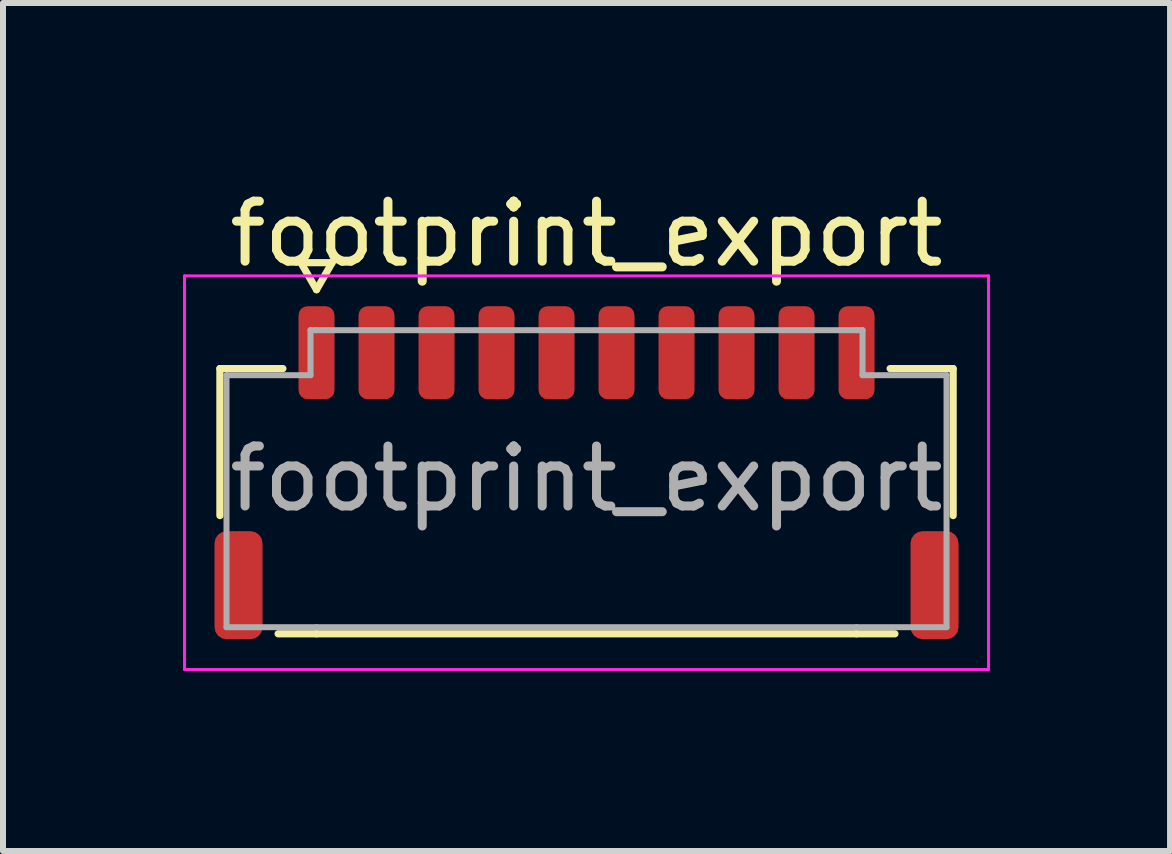
<source format=kicad_pcb>
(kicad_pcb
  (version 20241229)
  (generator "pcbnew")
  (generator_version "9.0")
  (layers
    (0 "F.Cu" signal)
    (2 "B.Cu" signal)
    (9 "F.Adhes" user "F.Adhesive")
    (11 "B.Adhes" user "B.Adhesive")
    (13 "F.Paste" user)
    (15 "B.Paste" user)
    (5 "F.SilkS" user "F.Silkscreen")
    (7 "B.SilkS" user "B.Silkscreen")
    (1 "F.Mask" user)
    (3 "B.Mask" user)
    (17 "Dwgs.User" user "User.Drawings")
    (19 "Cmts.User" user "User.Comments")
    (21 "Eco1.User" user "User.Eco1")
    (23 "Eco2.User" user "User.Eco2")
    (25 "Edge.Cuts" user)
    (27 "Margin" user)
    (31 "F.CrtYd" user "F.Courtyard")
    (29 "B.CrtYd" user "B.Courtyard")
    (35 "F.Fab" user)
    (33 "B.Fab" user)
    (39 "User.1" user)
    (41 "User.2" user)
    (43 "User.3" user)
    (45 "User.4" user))
  (footprint "footprint_export"
    (layer "F.Cu")
    (at 6.725 4.928)
    (property "Reference" "footprint_export" (at 0 -4.08 0) (layer "F.SilkS") (effects (font (size 1 1) (thickness 0.15))))
    (attr smd)
    (fp_line (start -6.11 -1.835) (end -5.06 -1.835) (stroke (width 0.12) (type solid)) (layer "F.SilkS"))
    (fp_line (start -6.11 0.615) (end -6.11 -1.835) (stroke (width 0.12) (type solid)) (layer "F.SilkS"))
    (fp_line (start -4.76 -3.6) (end -4.5 -3.15) (stroke (width 0.12) (type solid)) (layer "F.SilkS"))
    (fp_line (start -4.5 -3.15) (end -4.24 -3.6) (stroke (width 0.12) (type solid)) (layer "F.SilkS"))
    (fp_line (start -4.5 2.585) (end -5.14 2.585) (stroke (width 0.12) (type solid)) (layer "F.SilkS"))
    (fp_line (start -4.24 -3.6) (end -4.76 -3.6) (stroke (width 0.12) (type solid)) (layer "F.SilkS"))
    (fp_line (start 4.5 2.585) (end -4.5 2.585) (stroke (width 0.12) (type solid)) (layer "F.SilkS"))
    (fp_line (start 5.06 -1.835) (end 6.11 -1.835) (stroke (width 0.12) (type solid)) (layer "F.SilkS"))
    (fp_line (start 5.14 2.585) (end 4.5 2.585) (stroke (width 0.12) (type solid)) (layer "F.SilkS"))
    (fp_line (start 6.11 -1.835) (end 6.11 0.615) (stroke (width 0.12) (type solid)) (layer "F.SilkS"))
    (fp_line (start -6.7 -3.38) (end -6.7 3.18) (stroke (width 0.05) (type solid)) (layer "F.CrtYd"))
    (fp_line (start -6.7 3.18) (end 6.7 3.18) (stroke (width 0.05) (type solid)) (layer "F.CrtYd"))
    (fp_line (start 6.7 -3.38) (end -6.7 -3.38) (stroke (width 0.05) (type solid)) (layer "F.CrtYd"))
    (fp_line (start 6.7 3.18) (end 6.7 -3.38) (stroke (width 0.05) (type solid)) (layer "F.CrtYd"))
    (fp_line (start -6 -1.725) (end -4.6 -1.725) (stroke (width 0.1) (type solid)) (layer "F.Fab"))
    (fp_line (start -6 2.475) (end -6 -1.725) (stroke (width 0.1) (type solid)) (layer "F.Fab"))
    (fp_line (start -4.6 -2.475) (end -4.5 -2.475) (stroke (width 0.1) (type solid)) (layer "F.Fab"))
    (fp_line (start -4.6 -1.725) (end -4.6 -2.475) (stroke (width 0.1) (type solid)) (layer "F.Fab"))
    (fp_line (start -4.5 -2.475) (end 4.5 -2.475) (stroke (width 0.1) (type solid)) (layer "F.Fab"))
    (fp_line (start -4.5 2.475) (end -6 2.475) (stroke (width 0.1) (type solid)) (layer "F.Fab"))
    (fp_line (start 4.5 -2.475) (end 4.6 -2.475) (stroke (width 0.1) (type solid)) (layer "F.Fab"))
    (fp_line (start 4.5 2.475) (end -4.5 2.475) (stroke (width 0.1) (type solid)) (layer "F.Fab"))
    (fp_line (start 4.6 -2.475) (end 4.6 -1.725) (stroke (width 0.1) (type solid)) (layer "F.Fab"))
    (fp_line (start 4.6 -1.725) (end 6 -1.725) (stroke (width 0.1) (type solid)) (layer "F.Fab"))
    (fp_line (start 6 -1.725) (end 6 2.475) (stroke (width 0.1) (type solid)) (layer "F.Fab"))
    (fp_line (start 6 2.475) (end 4.5 2.475) (stroke (width 0.1) (type solid)) (layer "F.Fab"))
    (fp_text user "${REFERENCE}" (at 0 0 0) (layer "F.Fab") (effects (font (size 1 1) (thickness 0.15))))
    (pad "1" smd roundrect (at -4.5 -2.1) (size 0.6 1.55) (layers "F.Cu" "F.Mask" "F.Paste") (roundrect_rratio 0.25))
    (pad "2" smd roundrect (at -3.5 -2.1) (size 0.6 1.55) (layers "F.Cu" "F.Mask" "F.Paste") (roundrect_rratio 0.25))
    (pad "3" smd roundrect (at -2.5 -2.1) (size 0.6 1.55) (layers "F.Cu" "F.Mask" "F.Paste") (roundrect_rratio 0.25))
    (pad "4" smd roundrect (at -1.5 -2.1) (size 0.6 1.55) (layers "F.Cu" "F.Mask" "F.Paste") (roundrect_rratio 0.25))
    (pad "5" smd roundrect (at -0.5 -2.1) (size 0.6 1.55) (layers "F.Cu" "F.Mask" "F.Paste") (roundrect_rratio 0.25))
    (pad "6" smd roundrect (at 0.5 -2.1) (size 0.6 1.55) (layers "F.Cu" "F.Mask" "F.Paste") (roundrect_rratio 0.25))
    (pad "7" smd roundrect (at 1.5 -2.1) (size 0.6 1.55) (layers "F.Cu" "F.Mask" "F.Paste") (roundrect_rratio 0.25))
    (pad "8" smd roundrect (at 2.5 -2.1) (size 0.6 1.55) (layers "F.Cu" "F.Mask" "F.Paste") (roundrect_rratio 0.25))
    (pad "9" smd roundrect (at 3.5 -2.1) (size 0.6 1.55) (layers "F.Cu" "F.Mask" "F.Paste") (roundrect_rratio 0.25))
    (pad "10" smd roundrect (at 4.5 -2.1) (size 0.6 1.55) (layers "F.Cu" "F.Mask" "F.Paste") (roundrect_rratio 0.25))
    (pad "MP" smd roundrect (at -5.8 1.775) (size 0.8 1.8) (layers "F.Cu" "F.Mask" "F.Paste") (roundrect_rratio 0.25))
    (pad "MP" smd roundrect (at 5.8 1.775) (size 0.8 1.8) (layers "F.Cu" "F.Mask" "F.Paste") (roundrect_rratio 0.25)))
  (gr_rect
    (start -3 -3)
    (end 16.45 11.133)
    (stroke (width 0.1) (type default))
    (fill no)
    (layer "Edge.Cuts")))
</source>
